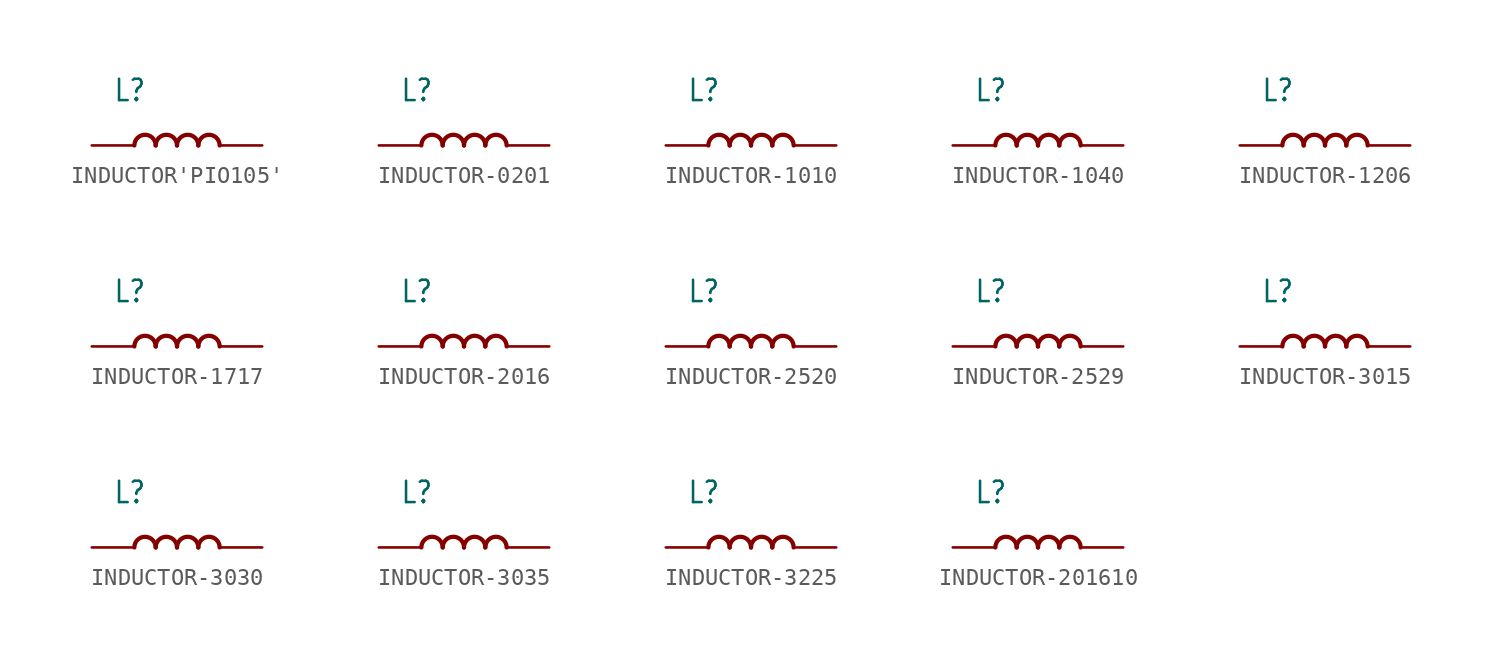
<source format=kicad_sym>
(kicad_symbol_lib
  (version 20231120)
  (generator "kicad_symbol_editor")
  (generator_version "8.0")
  (symbol "INDUCTOR'PIO105'"
    (property "Reference" "L"
      (at -3.81 2.54 0)
      (effects (font (size 1.27 1.079)) (justify left bottom)))
    (property "Value" ""
      (at -3.81 1.27 0)
      (effects (font (size 1.27 1.079)) (justify left bottom)))
    (property "ki_locked" ""
      (at 0 0 0)
      (effects (font (size 1.27 1.27))))
    (symbol "INDUCTOR'PIO105'_1_0"
      (arc (start -1.27 0) (mid -1.905 0.635) (end -2.54 0) (stroke (width 0.254) (type solid)) (fill (type none)))
      (arc (start 0 0) (mid -0.635 0.635) (end -1.27 0) (stroke (width 0.254) (type solid)) (fill (type none)))
      (arc (start 1.27 0) (mid 0.635 0.635) (end 0 0) (stroke (width 0.254) (type solid)) (fill (type none)))
      (arc (start 2.54 0) (mid 1.905 0.635) (end 1.27 0) (stroke (width 0.254) (type solid)) (fill (type none)))
      (pin passive line (at -5.08 0 0) (length 2.54) (name "1" (effects (font (size 0 0)))) (number "1" (effects (font (size 0 0)))))
      (pin passive line (at 5.08 0 180) (length 2.54) (name "2" (effects (font (size 0 0)))) (number "2" (effects (font (size 0 0)))))))
  (symbol "INDUCTOR-0201"
    (property "Reference" "L"
      (at -3.81 2.54 0)
      (effects (font (size 1.27 1.079)) (justify left bottom)))
    (property "Value" ""
      (at -3.81 1.27 0)
      (effects (font (size 1.27 1.079)) (justify left bottom)))
    (property "ki_locked" ""
      (at 0 0 0)
      (effects (font (size 1.27 1.27))))
    (symbol "INDUCTOR-0201_1_0"
      (arc (start -1.27 0) (mid -1.905 0.635) (end -2.54 0) (stroke (width 0.254) (type solid)) (fill (type none)))
      (arc (start 0 0) (mid -0.635 0.635) (end -1.27 0) (stroke (width 0.254) (type solid)) (fill (type none)))
      (arc (start 1.27 0) (mid 0.635 0.635) (end 0 0) (stroke (width 0.254) (type solid)) (fill (type none)))
      (arc (start 2.54 0) (mid 1.905 0.635) (end 1.27 0) (stroke (width 0.254) (type solid)) (fill (type none)))
      (pin passive line (at -5.08 0 0) (length 2.54) (name "1" (effects (font (size 0 0)))) (number "1" (effects (font (size 0 0)))))
      (pin passive line (at 5.08 0 180) (length 2.54) (name "2" (effects (font (size 0 0)))) (number "2" (effects (font (size 0 0)))))))
  (symbol "INDUCTOR-1010"
    (property "Reference" "L"
      (at -3.81 2.54 0)
      (effects (font (size 1.27 1.079)) (justify left bottom)))
    (property "Value" ""
      (at -3.81 1.27 0)
      (effects (font (size 1.27 1.079)) (justify left bottom)))
    (property "ki_locked" ""
      (at 0 0 0)
      (effects (font (size 1.27 1.27))))
    (symbol "INDUCTOR-1010_1_0"
      (arc (start -1.27 0) (mid -1.905 0.635) (end -2.54 0) (stroke (width 0.254) (type solid)) (fill (type none)))
      (arc (start 0 0) (mid -0.635 0.635) (end -1.27 0) (stroke (width 0.254) (type solid)) (fill (type none)))
      (arc (start 1.27 0) (mid 0.635 0.635) (end 0 0) (stroke (width 0.254) (type solid)) (fill (type none)))
      (arc (start 2.54 0) (mid 1.905 0.635) (end 1.27 0) (stroke (width 0.254) (type solid)) (fill (type none)))
      (pin passive line (at -5.08 0 0) (length 2.54) (name "1" (effects (font (size 0 0)))) (number "1" (effects (font (size 0 0)))))
      (pin passive line (at 5.08 0 180) (length 2.54) (name "2" (effects (font (size 0 0)))) (number "2" (effects (font (size 0 0)))))))
  (symbol "INDUCTOR-1040"
    (property "Reference" "L"
      (at -3.81 2.54 0)
      (effects (font (size 1.27 1.079)) (justify left bottom)))
    (property "Value" ""
      (at -3.81 1.27 0)
      (effects (font (size 1.27 1.079)) (justify left bottom)))
    (property "ki_locked" ""
      (at 0 0 0)
      (effects (font (size 1.27 1.27))))
    (symbol "INDUCTOR-1040_1_0"
      (arc (start -1.27 0) (mid -1.905 0.635) (end -2.54 0) (stroke (width 0.254) (type solid)) (fill (type none)))
      (arc (start 0 0) (mid -0.635 0.635) (end -1.27 0) (stroke (width 0.254) (type solid)) (fill (type none)))
      (arc (start 1.27 0) (mid 0.635 0.635) (end 0 0) (stroke (width 0.254) (type solid)) (fill (type none)))
      (arc (start 2.54 0) (mid 1.905 0.635) (end 1.27 0) (stroke (width 0.254) (type solid)) (fill (type none)))
      (pin passive line (at -5.08 0 0) (length 2.54) (name "1" (effects (font (size 0 0)))) (number "1" (effects (font (size 0 0)))))
      (pin passive line (at 5.08 0 180) (length 2.54) (name "2" (effects (font (size 0 0)))) (number "2" (effects (font (size 0 0)))))))
  (symbol "INDUCTOR-1206"
    (property "Reference" "L"
      (at -3.81 2.54 0)
      (effects (font (size 1.27 1.079)) (justify left bottom)))
    (property "Value" ""
      (at -3.81 1.27 0)
      (effects (font (size 1.27 1.079)) (justify left bottom)))
    (property "ki_locked" ""
      (at 0 0 0)
      (effects (font (size 1.27 1.27))))
    (symbol "INDUCTOR-1206_1_0"
      (arc (start -1.27 0) (mid -1.905 0.635) (end -2.54 0) (stroke (width 0.254) (type solid)) (fill (type none)))
      (arc (start 0 0) (mid -0.635 0.635) (end -1.27 0) (stroke (width 0.254) (type solid)) (fill (type none)))
      (arc (start 1.27 0) (mid 0.635 0.635) (end 0 0) (stroke (width 0.254) (type solid)) (fill (type none)))
      (arc (start 2.54 0) (mid 1.905 0.635) (end 1.27 0) (stroke (width 0.254) (type solid)) (fill (type none)))
      (pin passive line (at -5.08 0 0) (length 2.54) (name "1" (effects (font (size 0 0)))) (number "1" (effects (font (size 0 0)))))
      (pin passive line (at 5.08 0 180) (length 2.54) (name "2" (effects (font (size 0 0)))) (number "2" (effects (font (size 0 0)))))))
  (symbol "INDUCTOR-1717"
    (property "Reference" "L"
      (at -3.81 2.54 0)
      (effects (font (size 1.27 1.079)) (justify left bottom)))
    (property "Value" ""
      (at -3.81 1.27 0)
      (effects (font (size 1.27 1.079)) (justify left bottom)))
    (property "ki_locked" ""
      (at 0 0 0)
      (effects (font (size 1.27 1.27))))
    (symbol "INDUCTOR-1717_1_0"
      (arc (start -1.27 0) (mid -1.905 0.635) (end -2.54 0) (stroke (width 0.254) (type solid)) (fill (type none)))
      (arc (start 0 0) (mid -0.635 0.635) (end -1.27 0) (stroke (width 0.254) (type solid)) (fill (type none)))
      (arc (start 1.27 0) (mid 0.635 0.635) (end 0 0) (stroke (width 0.254) (type solid)) (fill (type none)))
      (arc (start 2.54 0) (mid 1.905 0.635) (end 1.27 0) (stroke (width 0.254) (type solid)) (fill (type none)))
      (pin passive line (at -5.08 0 0) (length 2.54) (name "1" (effects (font (size 0 0)))) (number "1" (effects (font (size 0 0)))))
      (pin passive line (at 5.08 0 180) (length 2.54) (name "2" (effects (font (size 0 0)))) (number "2" (effects (font (size 0 0)))))))
  (symbol "INDUCTOR-2016"
    (property "Reference" "L"
      (at -3.81 2.54 0)
      (effects (font (size 1.27 1.079)) (justify left bottom)))
    (property "Value" ""
      (at -3.81 1.27 0)
      (effects (font (size 1.27 1.079)) (justify left bottom)))
    (property "ki_locked" ""
      (at 0 0 0)
      (effects (font (size 1.27 1.27))))
    (symbol "INDUCTOR-2016_1_0"
      (arc (start -1.27 0) (mid -1.905 0.635) (end -2.54 0) (stroke (width 0.254) (type solid)) (fill (type none)))
      (arc (start 0 0) (mid -0.635 0.635) (end -1.27 0) (stroke (width 0.254) (type solid)) (fill (type none)))
      (arc (start 1.27 0) (mid 0.635 0.635) (end 0 0) (stroke (width 0.254) (type solid)) (fill (type none)))
      (arc (start 2.54 0) (mid 1.905 0.635) (end 1.27 0) (stroke (width 0.254) (type solid)) (fill (type none)))
      (pin passive line (at -5.08 0 0) (length 2.54) (name "1" (effects (font (size 0 0)))) (number "1" (effects (font (size 0 0)))))
      (pin passive line (at 5.08 0 180) (length 2.54) (name "2" (effects (font (size 0 0)))) (number "2" (effects (font (size 0 0)))))))
  (symbol "INDUCTOR-2520"
    (property "Reference" "L"
      (at -3.81 2.54 0)
      (effects (font (size 1.27 1.079)) (justify left bottom)))
    (property "Value" ""
      (at -3.81 1.27 0)
      (effects (font (size 1.27 1.079)) (justify left bottom)))
    (property "ki_locked" ""
      (at 0 0 0)
      (effects (font (size 1.27 1.27))))
    (symbol "INDUCTOR-2520_1_0"
      (arc (start -1.27 0) (mid -1.905 0.635) (end -2.54 0) (stroke (width 0.254) (type solid)) (fill (type none)))
      (arc (start 0 0) (mid -0.635 0.635) (end -1.27 0) (stroke (width 0.254) (type solid)) (fill (type none)))
      (arc (start 1.27 0) (mid 0.635 0.635) (end 0 0) (stroke (width 0.254) (type solid)) (fill (type none)))
      (arc (start 2.54 0) (mid 1.905 0.635) (end 1.27 0) (stroke (width 0.254) (type solid)) (fill (type none)))
      (pin passive line (at -5.08 0 0) (length 2.54) (name "1" (effects (font (size 0 0)))) (number "1" (effects (font (size 0 0)))))
      (pin passive line (at 5.08 0 180) (length 2.54) (name "2" (effects (font (size 0 0)))) (number "2" (effects (font (size 0 0)))))))
  (symbol "INDUCTOR-2529"
    (property "Reference" "L"
      (at -3.81 2.54 0)
      (effects (font (size 1.27 1.079)) (justify left bottom)))
    (property "Value" ""
      (at -3.81 1.27 0)
      (effects (font (size 1.27 1.079)) (justify left bottom)))
    (property "ki_locked" ""
      (at 0 0 0)
      (effects (font (size 1.27 1.27))))
    (symbol "INDUCTOR-2529_1_0"
      (arc (start -1.27 0) (mid -1.905 0.635) (end -2.54 0) (stroke (width 0.254) (type solid)) (fill (type none)))
      (arc (start 0 0) (mid -0.635 0.635) (end -1.27 0) (stroke (width 0.254) (type solid)) (fill (type none)))
      (arc (start 1.27 0) (mid 0.635 0.635) (end 0 0) (stroke (width 0.254) (type solid)) (fill (type none)))
      (arc (start 2.54 0) (mid 1.905 0.635) (end 1.27 0) (stroke (width 0.254) (type solid)) (fill (type none)))
      (pin passive line (at -5.08 0 0) (length 2.54) (name "1" (effects (font (size 0 0)))) (number "1" (effects (font (size 0 0)))))
      (pin passive line (at 5.08 0 180) (length 2.54) (name "2" (effects (font (size 0 0)))) (number "2" (effects (font (size 0 0)))))))
  (symbol "INDUCTOR-3015"
    (property "Reference" "L"
      (at -3.81 2.54 0)
      (effects (font (size 1.27 1.079)) (justify left bottom)))
    (property "Value" ""
      (at -3.81 1.27 0)
      (effects (font (size 1.27 1.079)) (justify left bottom)))
    (property "ki_locked" ""
      (at 0 0 0)
      (effects (font (size 1.27 1.27))))
    (symbol "INDUCTOR-3015_1_0"
      (arc (start -1.27 0) (mid -1.905 0.635) (end -2.54 0) (stroke (width 0.254) (type solid)) (fill (type none)))
      (arc (start 0 0) (mid -0.635 0.635) (end -1.27 0) (stroke (width 0.254) (type solid)) (fill (type none)))
      (arc (start 1.27 0) (mid 0.635 0.635) (end 0 0) (stroke (width 0.254) (type solid)) (fill (type none)))
      (arc (start 2.54 0) (mid 1.905 0.635) (end 1.27 0) (stroke (width 0.254) (type solid)) (fill (type none)))
      (pin passive line (at -5.08 0 0) (length 2.54) (name "1" (effects (font (size 0 0)))) (number "1" (effects (font (size 0 0)))))
      (pin passive line (at 5.08 0 180) (length 2.54) (name "2" (effects (font (size 0 0)))) (number "2" (effects (font (size 0 0)))))))
  (symbol "INDUCTOR-3030"
    (property "Reference" "L"
      (at -3.81 2.54 0)
      (effects (font (size 1.27 1.079)) (justify left bottom)))
    (property "Value" ""
      (at -3.81 1.27 0)
      (effects (font (size 1.27 1.079)) (justify left bottom)))
    (property "ki_locked" ""
      (at 0 0 0)
      (effects (font (size 1.27 1.27))))
    (symbol "INDUCTOR-3030_1_0"
      (arc (start -1.27 0) (mid -1.905 0.635) (end -2.54 0) (stroke (width 0.254) (type solid)) (fill (type none)))
      (arc (start 0 0) (mid -0.635 0.635) (end -1.27 0) (stroke (width 0.254) (type solid)) (fill (type none)))
      (arc (start 1.27 0) (mid 0.635 0.635) (end 0 0) (stroke (width 0.254) (type solid)) (fill (type none)))
      (arc (start 2.54 0) (mid 1.905 0.635) (end 1.27 0) (stroke (width 0.254) (type solid)) (fill (type none)))
      (pin passive line (at -5.08 0 0) (length 2.54) (name "1" (effects (font (size 0 0)))) (number "1" (effects (font (size 0 0)))))
      (pin passive line (at 5.08 0 180) (length 2.54) (name "2" (effects (font (size 0 0)))) (number "2" (effects (font (size 0 0)))))))
  (symbol "INDUCTOR-3035"
    (property "Reference" "L"
      (at -3.81 2.54 0)
      (effects (font (size 1.27 1.079)) (justify left bottom)))
    (property "Value" ""
      (at -3.81 1.27 0)
      (effects (font (size 1.27 1.079)) (justify left bottom)))
    (property "ki_locked" ""
      (at 0 0 0)
      (effects (font (size 1.27 1.27))))
    (symbol "INDUCTOR-3035_1_0"
      (arc (start -1.27 0) (mid -1.905 0.635) (end -2.54 0) (stroke (width 0.254) (type solid)) (fill (type none)))
      (arc (start 0 0) (mid -0.635 0.635) (end -1.27 0) (stroke (width 0.254) (type solid)) (fill (type none)))
      (arc (start 1.27 0) (mid 0.635 0.635) (end 0 0) (stroke (width 0.254) (type solid)) (fill (type none)))
      (arc (start 2.54 0) (mid 1.905 0.635) (end 1.27 0) (stroke (width 0.254) (type solid)) (fill (type none)))
      (pin passive line (at -5.08 0 0) (length 2.54) (name "1" (effects (font (size 0 0)))) (number "1" (effects (font (size 0 0)))))
      (pin passive line (at 5.08 0 180) (length 2.54) (name "2" (effects (font (size 0 0)))) (number "2" (effects (font (size 0 0)))))))
  (symbol "INDUCTOR-3225"
    (property "Reference" "L"
      (at -3.81 2.54 0)
      (effects (font (size 1.27 1.079)) (justify left bottom)))
    (property "Value" ""
      (at -3.81 1.27 0)
      (effects (font (size 1.27 1.079)) (justify left bottom)))
    (property "ki_locked" ""
      (at 0 0 0)
      (effects (font (size 1.27 1.27))))
    (symbol "INDUCTOR-3225_1_0"
      (arc (start -1.27 0) (mid -1.905 0.635) (end -2.54 0) (stroke (width 0.254) (type solid)) (fill (type none)))
      (arc (start 0 0) (mid -0.635 0.635) (end -1.27 0) (stroke (width 0.254) (type solid)) (fill (type none)))
      (arc (start 1.27 0) (mid 0.635 0.635) (end 0 0) (stroke (width 0.254) (type solid)) (fill (type none)))
      (arc (start 2.54 0) (mid 1.905 0.635) (end 1.27 0) (stroke (width 0.254) (type solid)) (fill (type none)))
      (pin passive line (at -5.08 0 0) (length 2.54) (name "1" (effects (font (size 0 0)))) (number "1" (effects (font (size 0 0)))))
      (pin passive line (at 5.08 0 180) (length 2.54) (name "2" (effects (font (size 0 0)))) (number "2" (effects (font (size 0 0)))))))
  (symbol "INDUCTOR-201610"
    (property "Reference" "L"
      (at -3.81 2.54 0)
      (effects (font (size 1.27 1.079)) (justify left bottom)))
    (property "Value" ""
      (at -3.81 1.27 0)
      (effects (font (size 1.27 1.079)) (justify left bottom)))
    (property "ki_locked" ""
      (at 0 0 0)
      (effects (font (size 1.27 1.27))))
    (symbol "INDUCTOR-201610_1_0"
      (arc (start -1.27 0) (mid -1.905 0.635) (end -2.54 0) (stroke (width 0.254) (type solid)) (fill (type none)))
      (arc (start 0 0) (mid -0.635 0.635) (end -1.27 0) (stroke (width 0.254) (type solid)) (fill (type none)))
      (arc (start 1.27 0) (mid 0.635 0.635) (end 0 0) (stroke (width 0.254) (type solid)) (fill (type none)))
      (arc (start 2.54 0) (mid 1.905 0.635) (end 1.27 0) (stroke (width 0.254) (type solid)) (fill (type none)))
      (pin passive line (at -5.08 0 0) (length 2.54) (name "1" (effects (font (size 0 0)))) (number "1" (effects (font (size 0 0)))))
      (pin passive line (at 5.08 0 180) (length 2.54) (name "2" (effects (font (size 0 0)))) (number "2" (effects (font (size 0 0))))))))
</source>
